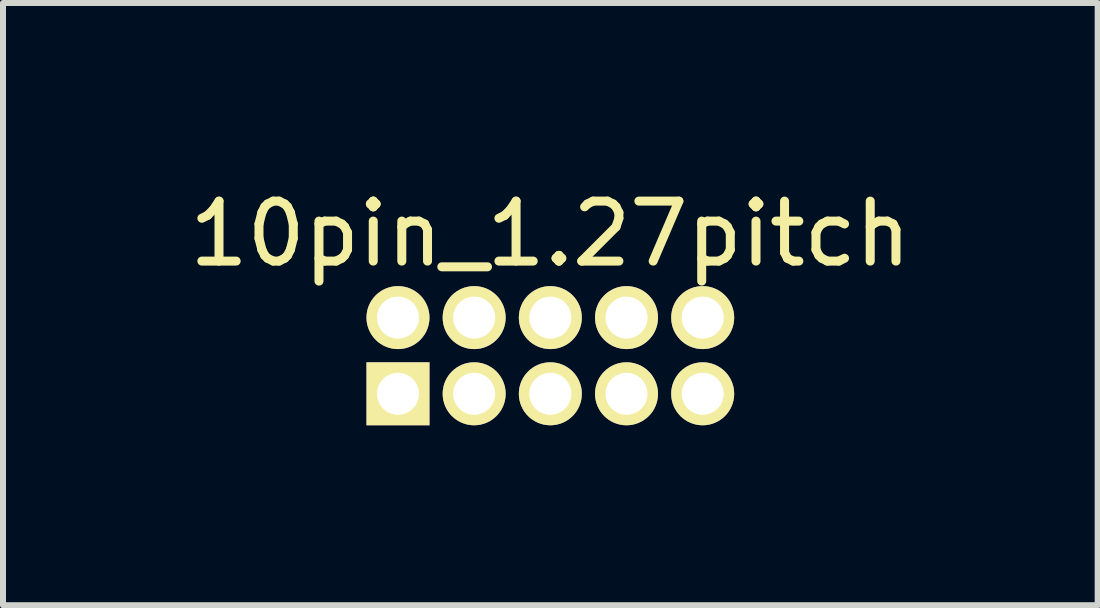
<source format=kicad_pcb>
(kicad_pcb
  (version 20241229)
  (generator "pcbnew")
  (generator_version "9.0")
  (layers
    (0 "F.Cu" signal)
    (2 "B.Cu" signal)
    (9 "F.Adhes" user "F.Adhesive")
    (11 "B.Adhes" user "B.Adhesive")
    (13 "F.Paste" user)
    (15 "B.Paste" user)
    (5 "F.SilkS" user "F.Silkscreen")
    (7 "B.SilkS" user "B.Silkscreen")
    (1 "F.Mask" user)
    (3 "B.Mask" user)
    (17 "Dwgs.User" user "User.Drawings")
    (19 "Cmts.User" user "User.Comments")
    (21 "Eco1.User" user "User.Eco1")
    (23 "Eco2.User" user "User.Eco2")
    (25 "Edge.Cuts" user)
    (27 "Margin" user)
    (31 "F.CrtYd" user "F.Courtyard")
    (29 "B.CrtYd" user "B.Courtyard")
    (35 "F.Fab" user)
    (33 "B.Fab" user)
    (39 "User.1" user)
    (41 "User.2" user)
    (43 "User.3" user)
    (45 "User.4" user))
  (footprint "10pin_1.27pitch"
    (layer "F.Cu")
    (at 6.125 2.88)
    (property "Reference" "10pin_1.27pitch" (at 0 -2.032 0) (layer "F.SilkS") (effects (font (size 1 1) (thickness 0.15))))
    (attr through_hole)
    (pad "1" thru_hole rect (at -2.54 0.635) (size 1.05 1.05) (drill 0.7) (layers "*.Cu" "*.Mask" "F.SilkS"))
    (pad "2" thru_hole circle (at -2.54 -0.635) (size 1.05 1.05) (drill 0.7) (layers "*.Cu" "*.Mask" "F.SilkS"))
    (pad "3" thru_hole circle (at -1.27 0.635) (size 1.05 1.05) (drill 0.7) (layers "*.Cu" "*.Mask" "F.SilkS"))
    (pad "4" thru_hole circle (at -1.27 -0.635) (size 1.05 1.05) (drill 0.7) (layers "*.Cu" "*.Mask" "F.SilkS"))
    (pad "5" thru_hole circle (at 0 0.635) (size 1.05 1.05) (drill 0.7) (layers "*.Cu" "*.Mask" "F.SilkS"))
    (pad "6" thru_hole circle (at 0 -0.635) (size 1.05 1.05) (drill 0.7) (layers "*.Cu" "*.Mask" "F.SilkS"))
    (pad "7" thru_hole circle (at 1.27 0.635) (size 1.05 1.05) (drill 0.7) (layers "*.Cu" "*.Mask" "F.SilkS"))
    (pad "8" thru_hole circle (at 1.27 -0.635) (size 1.05 1.05) (drill 0.7) (layers "*.Cu" "*.Mask" "F.SilkS"))
    (pad "9" thru_hole circle (at 2.54 0.635) (size 1.05 1.05) (drill 0.7) (layers "*.Cu" "*.Mask" "F.SilkS"))
    (pad "10" thru_hole circle (at 2.54 -0.635) (size 1.05 1.05) (drill 0.7) (layers "*.Cu" "*.Mask" "F.SilkS")))
  (gr_rect
    (start -3 -3)
    (end 15.25 7.04)
    (stroke (width 0.1) (type default))
    (fill no)
    (layer "Edge.Cuts")))
</source>
